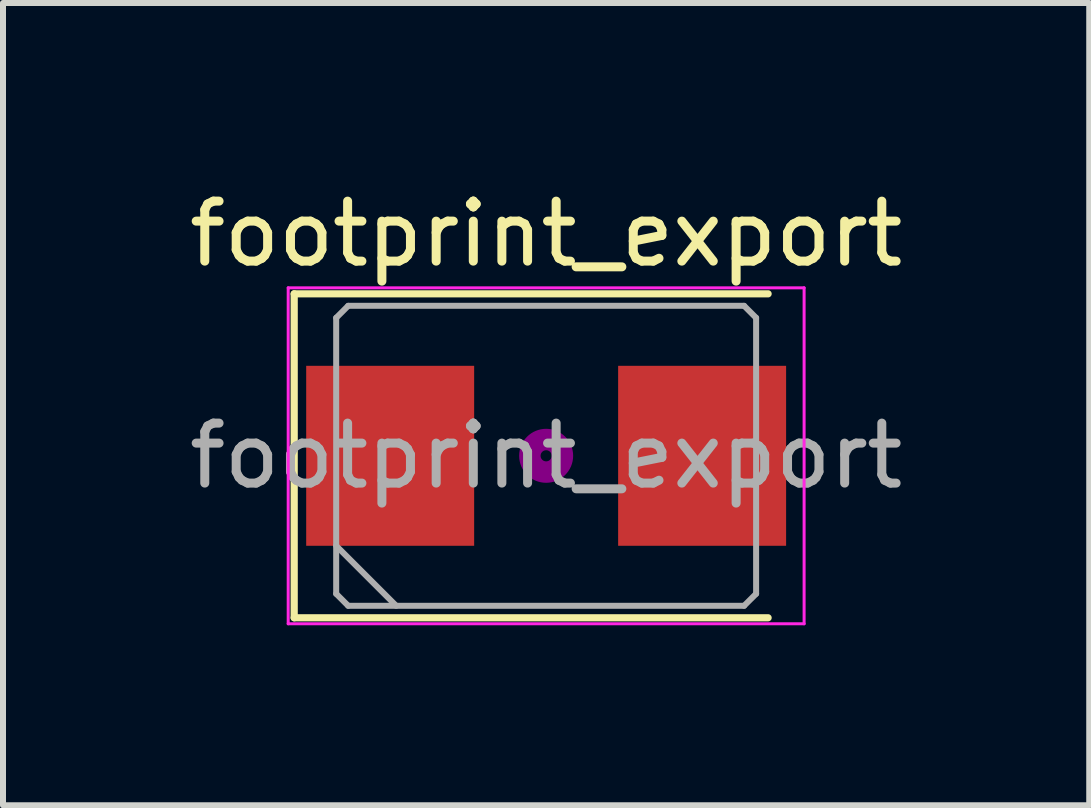
<source format=kicad_pcb>
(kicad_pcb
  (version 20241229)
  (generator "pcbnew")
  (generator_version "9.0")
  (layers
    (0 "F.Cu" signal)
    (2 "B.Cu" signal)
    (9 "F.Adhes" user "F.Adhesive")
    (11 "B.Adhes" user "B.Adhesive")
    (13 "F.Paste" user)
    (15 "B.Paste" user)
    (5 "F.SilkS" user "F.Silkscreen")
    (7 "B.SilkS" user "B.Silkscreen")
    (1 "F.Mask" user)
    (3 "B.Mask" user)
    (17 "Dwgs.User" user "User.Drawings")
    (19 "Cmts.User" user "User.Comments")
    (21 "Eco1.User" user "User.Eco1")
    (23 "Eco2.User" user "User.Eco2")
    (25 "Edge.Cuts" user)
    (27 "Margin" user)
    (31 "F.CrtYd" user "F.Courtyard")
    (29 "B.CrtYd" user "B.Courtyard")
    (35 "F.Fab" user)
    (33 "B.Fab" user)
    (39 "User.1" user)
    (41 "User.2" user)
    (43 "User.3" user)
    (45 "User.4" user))
  (footprint "footprint_export"
    (layer "F.Cu")
    (at 6.054 4.548)
    (property "Reference" "footprint_export" (at 0 -3.7 0) (layer "F.SilkS") (effects (font (size 1 1) (thickness 0.15))))
    (attr smd)
    (fp_line (start -4.2 -2.7) (end -4.2 2.7) (stroke (width 0.12) (type solid)) (layer "F.SilkS"))
    (fp_line (start -4.2 2.7) (end 3.7 2.7) (stroke (width 0.12) (type solid)) (layer "F.SilkS"))
    (fp_line (start 3.7 -2.7) (end -4.2 -2.7) (stroke (width 0.12) (type solid)) (layer "F.SilkS"))
    (fp_circle (center 0 0) (end 0.093 0) (stroke (width 0.187) (type solid)) (fill no) (layer "F.Adhes"))
    (fp_circle (center 0 0) (end 0.213 0) (stroke (width 0.133) (type solid)) (fill no) (layer "F.Adhes"))
    (fp_circle (center 0 0) (end 0.333 0) (stroke (width 0.133) (type solid)) (fill no) (layer "F.Adhes"))
    (fp_circle (center 0 0) (end 0.4 0) (stroke (width 0.1) (type solid)) (fill no) (layer "F.Adhes"))
    (fp_line (start -4.3 -2.8) (end -4.3 2.8) (stroke (width 0.05) (type solid)) (layer "F.CrtYd"))
    (fp_line (start -4.3 2.8) (end 4.3 2.8) (stroke (width 0.05) (type solid)) (layer "F.CrtYd"))
    (fp_line (start 4.3 -2.8) (end -4.3 -2.8) (stroke (width 0.05) (type solid)) (layer "F.CrtYd"))
    (fp_line (start 4.3 2.8) (end 4.3 -2.8) (stroke (width 0.05) (type solid)) (layer "F.CrtYd"))
    (fp_line (start -3.5 -2.3) (end -3.3 -2.5) (stroke (width 0.1) (type solid)) (layer "F.Fab"))
    (fp_line (start -3.5 1.5) (end -2.5 2.5) (stroke (width 0.1) (type solid)) (layer "F.Fab"))
    (fp_line (start -3.5 2.3) (end -3.5 -2.3) (stroke (width 0.1) (type solid)) (layer "F.Fab"))
    (fp_line (start -3.3 -2.5) (end 3.3 -2.5) (stroke (width 0.1) (type solid)) (layer "F.Fab"))
    (fp_line (start -3.3 2.5) (end -3.5 2.3) (stroke (width 0.1) (type solid)) (layer "F.Fab"))
    (fp_line (start 3.3 -2.5) (end 3.5 -2.3) (stroke (width 0.1) (type solid)) (layer "F.Fab"))
    (fp_line (start 3.3 2.5) (end -3.3 2.5) (stroke (width 0.1) (type solid)) (layer "F.Fab"))
    (fp_line (start 3.5 -2.3) (end 3.5 2.3) (stroke (width 0.1) (type solid)) (layer "F.Fab"))
    (fp_line (start 3.5 2.3) (end 3.3 2.5) (stroke (width 0.1) (type solid)) (layer "F.Fab"))
    (fp_text user "${REFERENCE}" (at 0 0 0) (layer "F.Fab") (effects (font (size 1 1) (thickness 0.15))))
    (pad "1" smd rect (at -2.6 0) (size 2.8 3) (layers "F.Cu" "F.Mask" "F.Paste"))
    (pad "2" smd rect (at 2.6 0) (size 2.8 3) (layers "F.Cu" "F.Mask" "F.Paste")))
  (gr_rect
    (start -3 -3)
    (end 15.107 10.373)
    (stroke (width 0.1) (type default))
    (fill no)
    (layer "Edge.Cuts")))
</source>
